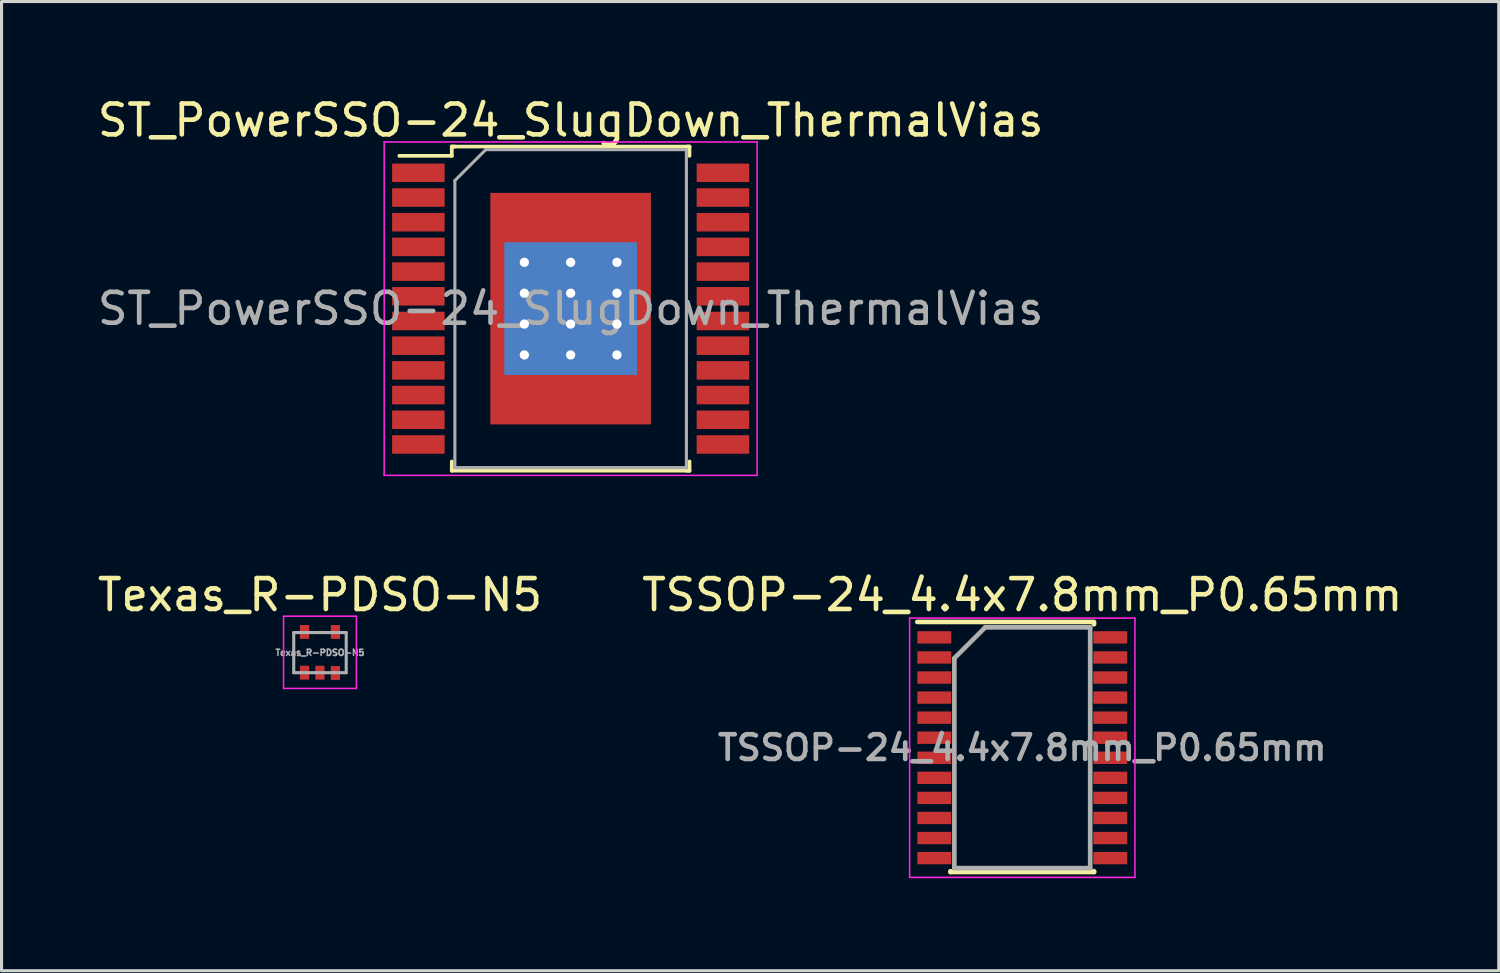
<source format=kicad_pcb>
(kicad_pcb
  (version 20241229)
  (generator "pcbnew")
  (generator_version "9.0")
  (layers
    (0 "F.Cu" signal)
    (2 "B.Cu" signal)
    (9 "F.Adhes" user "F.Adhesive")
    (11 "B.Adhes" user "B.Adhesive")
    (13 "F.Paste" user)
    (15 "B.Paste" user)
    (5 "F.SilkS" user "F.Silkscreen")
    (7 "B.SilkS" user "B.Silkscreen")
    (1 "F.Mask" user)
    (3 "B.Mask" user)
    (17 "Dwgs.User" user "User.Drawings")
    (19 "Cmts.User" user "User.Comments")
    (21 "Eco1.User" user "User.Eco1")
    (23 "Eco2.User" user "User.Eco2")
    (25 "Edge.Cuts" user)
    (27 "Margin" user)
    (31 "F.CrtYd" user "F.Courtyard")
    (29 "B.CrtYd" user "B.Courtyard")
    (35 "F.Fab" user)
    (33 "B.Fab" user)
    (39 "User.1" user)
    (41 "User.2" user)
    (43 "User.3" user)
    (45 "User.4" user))
  (footprint "TSSOP-24_4.4x7.8mm_P0.65mm"
    (layer "F.Cu")
    (at 30.065 21.172)
    (property "Reference" "TSSOP-24_4.4x7.8mm_P0.65mm" (at 0 -4.95 0) (layer "F.SilkS") (effects (font (size 1 1) (thickness 0.15))))
    (attr smd)
    (fp_line (start -3.4 -4.075) (end 2.325 -4.075) (stroke (width 0.15) (type solid)) (layer "F.SilkS"))
    (fp_line (start -2.325 4.025) (end -2.325 4) (stroke (width 0.15) (type solid)) (layer "F.SilkS"))
    (fp_line (start -2.325 4.025) (end 2.325 4.025) (stroke (width 0.15) (type solid)) (layer "F.SilkS"))
    (fp_line (start 2.325 -4.025) (end 2.325 -4) (stroke (width 0.15) (type solid)) (layer "F.SilkS"))
    (fp_line (start 2.325 4.025) (end 2.325 4) (stroke (width 0.15) (type solid)) (layer "F.SilkS"))
    (fp_line (start -3.65 -4.2) (end -3.65 4.2) (stroke (width 0.05) (type solid)) (layer "F.CrtYd"))
    (fp_line (start -3.65 -4.2) (end 3.65 -4.2) (stroke (width 0.05) (type solid)) (layer "F.CrtYd"))
    (fp_line (start -3.65 4.2) (end 3.65 4.2) (stroke (width 0.05) (type solid)) (layer "F.CrtYd"))
    (fp_line (start 3.65 -4.2) (end 3.65 4.2) (stroke (width 0.05) (type solid)) (layer "F.CrtYd"))
    (fp_line (start -2.2 -2.9) (end -1.2 -3.9) (stroke (width 0.15) (type solid)) (layer "F.Fab"))
    (fp_line (start -2.2 3.9) (end -2.2 -2.9) (stroke (width 0.15) (type solid)) (layer "F.Fab"))
    (fp_line (start -1.2 -3.9) (end 2.2 -3.9) (stroke (width 0.15) (type solid)) (layer "F.Fab"))
    (fp_line (start 2.2 -3.9) (end 2.2 3.9) (stroke (width 0.15) (type solid)) (layer "F.Fab"))
    (fp_line (start 2.2 3.9) (end -2.2 3.9) (stroke (width 0.15) (type solid)) (layer "F.Fab"))
    (fp_text user "${REFERENCE}" (at 0 0 0) (layer "F.Fab") (effects (font (size 0.8 0.8) (thickness 0.15))))
    (pad "1" smd rect (at -2.85 -3.575) (size 1.1 0.4) (layers "F.Cu" "F.Mask" "F.Paste"))
    (pad "2" smd rect (at -2.85 -2.925) (size 1.1 0.4) (layers "F.Cu" "F.Mask" "F.Paste"))
    (pad "3" smd rect (at -2.85 -2.275) (size 1.1 0.4) (layers "F.Cu" "F.Mask" "F.Paste"))
    (pad "4" smd rect (at -2.85 -1.625) (size 1.1 0.4) (layers "F.Cu" "F.Mask" "F.Paste"))
    (pad "5" smd rect (at -2.85 -0.975) (size 1.1 0.4) (layers "F.Cu" "F.Mask" "F.Paste"))
    (pad "6" smd rect (at -2.85 -0.325) (size 1.1 0.4) (layers "F.Cu" "F.Mask" "F.Paste"))
    (pad "7" smd rect (at -2.85 0.325) (size 1.1 0.4) (layers "F.Cu" "F.Mask" "F.Paste"))
    (pad "8" smd rect (at -2.85 0.975) (size 1.1 0.4) (layers "F.Cu" "F.Mask" "F.Paste"))
    (pad "9" smd rect (at -2.85 1.625) (size 1.1 0.4) (layers "F.Cu" "F.Mask" "F.Paste"))
    (pad "10" smd rect (at -2.85 2.275) (size 1.1 0.4) (layers "F.Cu" "F.Mask" "F.Paste"))
    (pad "11" smd rect (at -2.85 2.925) (size 1.1 0.4) (layers "F.Cu" "F.Mask" "F.Paste"))
    (pad "12" smd rect (at -2.85 3.575) (size 1.1 0.4) (layers "F.Cu" "F.Mask" "F.Paste"))
    (pad "13" smd rect (at 2.85 3.575) (size 1.1 0.4) (layers "F.Cu" "F.Mask" "F.Paste"))
    (pad "14" smd rect (at 2.85 2.925) (size 1.1 0.4) (layers "F.Cu" "F.Mask" "F.Paste"))
    (pad "15" smd rect (at 2.85 2.275) (size 1.1 0.4) (layers "F.Cu" "F.Mask" "F.Paste"))
    (pad "16" smd rect (at 2.85 1.625) (size 1.1 0.4) (layers "F.Cu" "F.Mask" "F.Paste"))
    (pad "17" smd rect (at 2.85 0.975) (size 1.1 0.4) (layers "F.Cu" "F.Mask" "F.Paste"))
    (pad "18" smd rect (at 2.85 0.325) (size 1.1 0.4) (layers "F.Cu" "F.Mask" "F.Paste"))
    (pad "19" smd rect (at 2.85 -0.325) (size 1.1 0.4) (layers "F.Cu" "F.Mask" "F.Paste"))
    (pad "20" smd rect (at 2.85 -0.975) (size 1.1 0.4) (layers "F.Cu" "F.Mask" "F.Paste"))
    (pad "21" smd rect (at 2.85 -1.625) (size 1.1 0.4) (layers "F.Cu" "F.Mask" "F.Paste"))
    (pad "22" smd rect (at 2.85 -2.275) (size 1.1 0.4) (layers "F.Cu" "F.Mask" "F.Paste"))
    (pad "23" smd rect (at 2.85 -2.925) (size 1.1 0.4) (layers "F.Cu" "F.Mask" "F.Paste"))
    (pad "24" smd rect (at 2.85 -3.575) (size 1.1 0.4) (layers "F.Cu" "F.Mask" "F.Paste")))
  (footprint "ST_PowerSSO-24_SlugDown_ThermalVias"
    (layer "F.Cu")
    (at 15.435 6.948)
    (property "Reference" "ST_PowerSSO-24_SlugDown_ThermalVias" (at 0 -6.1 0) (layer "F.SilkS") (effects (font (size 1 1) (thickness 0.15))))
    (attr smd)
    (fp_line (start -3.85 -5.25) (end -3.85 -4.95) (stroke (width 0.12) (type solid)) (layer "F.SilkS"))
    (fp_line (start -3.85 -4.95) (end -5.55 -4.95) (stroke (width 0.12) (type solid)) (layer "F.SilkS"))
    (fp_line (start -3.85 5.25) (end -3.85 4.95) (stroke (width 0.12) (type solid)) (layer "F.SilkS"))
    (fp_line (start -3.75 -5.25) (end -3.85 -5.25) (stroke (width 0.12) (type solid)) (layer "F.SilkS"))
    (fp_line (start 3.75 -5.25) (end 3.85 -5.25) (stroke (width 0.12) (type solid)) (layer "F.SilkS"))
    (fp_line (start 3.75 5.25) (end 3.85 5.25) (stroke (width 0.12) (type solid)) (layer "F.SilkS"))
    (fp_line (start 3.85 -5.25) (end -3.85 -5.25) (stroke (width 0.12) (type solid)) (layer "F.SilkS"))
    (fp_line (start 3.85 -5.25) (end 3.85 -4.95) (stroke (width 0.12) (type solid)) (layer "F.SilkS"))
    (fp_line (start 3.85 5.25) (end -3.85 5.25) (stroke (width 0.12) (type solid)) (layer "F.SilkS"))
    (fp_line (start 3.85 5.25) (end 3.85 4.95) (stroke (width 0.12) (type solid)) (layer "F.SilkS"))
    (fp_line (start -6.04 -5.4) (end -6.04 5.4) (stroke (width 0.05) (type solid)) (layer "F.CrtYd"))
    (fp_line (start -6.04 -5.4) (end 6.04 -5.4) (stroke (width 0.05) (type solid)) (layer "F.CrtYd"))
    (fp_line (start 6.04 5.4) (end -6.04 5.4) (stroke (width 0.05) (type solid)) (layer "F.CrtYd"))
    (fp_line (start 6.04 5.4) (end 6.04 -5.4) (stroke (width 0.05) (type solid)) (layer "F.CrtYd"))
    (fp_line (start -3.75 -4.15) (end -3.75 5.15) (stroke (width 0.1) (type solid)) (layer "F.Fab"))
    (fp_line (start -3.75 5.15) (end 3.75 5.15) (stroke (width 0.1) (type solid)) (layer "F.Fab"))
    (fp_line (start -2.75 -5.15) (end -3.75 -4.15) (stroke (width 0.1) (type solid)) (layer "F.Fab"))
    (fp_line (start 3.75 -5.15) (end -2.75 -5.15) (stroke (width 0.1) (type solid)) (layer "F.Fab"))
    (fp_line (start 3.75 5.15) (end 3.75 -5.15) (stroke (width 0.1) (type solid)) (layer "F.Fab"))
    (fp_text user "${REFERENCE}" (at 0 0 0) (layer "F.Fab") (effects (font (size 1 1) (thickness 0.15))))
    (pad "1" smd rect (at -4.933 -4.4) (size 1.7 0.6) (layers "F.Cu" "F.Mask" "F.Paste"))
    (pad "2" smd rect (at -4.933 -3.6) (size 1.7 0.6) (layers "F.Cu" "F.Mask" "F.Paste"))
    (pad "3" smd rect (at -4.933 -2.8) (size 1.7 0.6) (layers "F.Cu" "F.Mask" "F.Paste"))
    (pad "4" smd rect (at -4.933 -2) (size 1.7 0.6) (layers "F.Cu" "F.Mask" "F.Paste"))
    (pad "5" smd rect (at -4.933 -1.2) (size 1.7 0.6) (layers "F.Cu" "F.Mask" "F.Paste"))
    (pad "6" smd rect (at -4.933 -0.4) (size 1.7 0.6) (layers "F.Cu" "F.Mask" "F.Paste"))
    (pad "7" smd rect (at -4.933 0.4) (size 1.7 0.6) (layers "F.Cu" "F.Mask" "F.Paste"))
    (pad "8" smd rect (at -4.933 1.2) (size 1.7 0.6) (layers "F.Cu" "F.Mask" "F.Paste"))
    (pad "9" smd rect (at -4.933 2) (size 1.7 0.6) (layers "F.Cu" "F.Mask" "F.Paste"))
    (pad "10" smd rect (at -4.933 2.8) (size 1.7 0.6) (layers "F.Cu" "F.Mask" "F.Paste"))
    (pad "11" smd rect (at -4.933 3.6) (size 1.7 0.6) (layers "F.Cu" "F.Mask" "F.Paste"))
    (pad "12" smd rect (at -4.933 4.4) (size 1.7 0.6) (layers "F.Cu" "F.Mask" "F.Paste"))
    (pad "13" smd rect (at 4.933 4.4) (size 1.7 0.6) (layers "F.Cu" "F.Mask" "F.Paste"))
    (pad "14" smd rect (at 4.933 3.6) (size 1.7 0.6) (layers "F.Cu" "F.Mask" "F.Paste"))
    (pad "15" smd rect (at 4.933 2.8) (size 1.7 0.6) (layers "F.Cu" "F.Mask" "F.Paste"))
    (pad "16" smd rect (at 4.933 2) (size 1.7 0.6) (layers "F.Cu" "F.Mask" "F.Paste"))
    (pad "17" smd rect (at 4.933 1.2) (size 1.7 0.6) (layers "F.Cu" "F.Mask" "F.Paste"))
    (pad "18" smd rect (at 4.933 0.4) (size 1.7 0.6) (layers "F.Cu" "F.Mask" "F.Paste"))
    (pad "19" smd rect (at 4.933 -0.4) (size 1.7 0.6) (layers "F.Cu" "F.Mask" "F.Paste"))
    (pad "20" smd rect (at 4.933 -1.2) (size 1.7 0.6) (layers "F.Cu" "F.Mask" "F.Paste"))
    (pad "21" smd rect (at 4.933 -2) (size 1.7 0.6) (layers "F.Cu" "F.Mask" "F.Paste"))
    (pad "22" smd rect (at 4.933 -2.8) (size 1.7 0.6) (layers "F.Cu" "F.Mask" "F.Paste"))
    (pad "23" smd rect (at 4.933 -3.6) (size 1.7 0.6) (layers "F.Cu" "F.Mask" "F.Paste"))
    (pad "24" smd rect (at 4.933 -4.4) (size 1.7 0.6) (layers "F.Cu" "F.Mask" "F.Paste"))
    (pad "25" thru_hole circle (at -1.5 -1.5) (size 0.7 0.7) (drill 0.3) (layers "*.Cu" "*.Mask"))
    (pad "25" thru_hole circle (at -1.5 -0.5) (size 0.7 0.7) (drill 0.3) (layers "*.Cu" "*.Mask"))
    (pad "25" thru_hole circle (at -1.5 0.5) (size 0.7 0.7) (drill 0.3) (layers "*.Cu" "*.Mask"))
    (pad "25" thru_hole circle (at -1.5 1.5) (size 0.7 0.7) (drill 0.3) (layers "*.Cu" "*.Mask"))
    (pad "25" thru_hole circle (at 0 -1.5) (size 0.7 0.7) (drill 0.3) (layers "*.Cu" "*.Mask"))
    (pad "25" thru_hole circle (at 0 -0.5) (size 0.7 0.7) (drill 0.3) (layers "*.Cu" "*.Mask"))
    (pad "25" smd rect (at 0 0) (size 4.3 4.3) (layers "B.Cu" "B.Mask"))
    (pad "25" smd rect (at 0 0) (size 5.2 7.5) (layers "F.Cu" "F.Mask" "F.Paste"))
    (pad "25" thru_hole circle (at 0 0.5) (size 0.7 0.7) (drill 0.3) (layers "*.Cu" "*.Mask"))
    (pad "25" thru_hole circle (at 0 1.5) (size 0.7 0.7) (drill 0.3) (layers "*.Cu" "*.Mask"))
    (pad "25" thru_hole circle (at 1.5 -1.5) (size 0.7 0.7) (drill 0.3) (layers "*.Cu" "*.Mask"))
    (pad "25" thru_hole circle (at 1.5 -0.5) (size 0.7 0.7) (drill 0.3) (layers "*.Cu" "*.Mask"))
    (pad "25" thru_hole circle (at 1.5 0.5) (size 0.7 0.7) (drill 0.3) (layers "*.Cu" "*.Mask"))
    (pad "25" thru_hole circle (at 1.5 1.5) (size 0.7 0.7) (drill 0.3) (layers "*.Cu" "*.Mask")))
  (footprint "Texas_R-PDSO-N5"
    (layer "F.Cu")
    (at 7.315 18.041)
    (property "Reference" "Texas_R-PDSO-N5" (at 0 -1.82 0) (layer "F.SilkS") (effects (font (size 1 1) (thickness 0.15))))
    (attr smd)
    (fp_line (start -1.18 -1.13) (end 1.17 -1.13) (stroke (width 0.05) (type solid)) (layer "F.CrtYd"))
    (fp_line (start -1.18 1.21) (end -1.18 -1.13) (stroke (width 0.05) (type solid)) (layer "F.CrtYd"))
    (fp_line (start -1.18 1.21) (end 1.17 1.21) (stroke (width 0.05) (type solid)) (layer "F.CrtYd"))
    (fp_line (start 1.18 1.21) (end 1.18 -1.13) (stroke (width 0.05) (type solid)) (layer "F.CrtYd"))
    (fp_line (start -0.85 -0.6) (end -0.85 0.7) (stroke (width 0.1) (type solid)) (layer "F.Fab"))
    (fp_line (start -0.85 0.7) (end 0.85 0.7) (stroke (width 0.1) (type solid)) (layer "F.Fab"))
    (fp_line (start 0.85 -0.6) (end -0.85 -0.6) (stroke (width 0.1) (type solid)) (layer "F.Fab"))
    (fp_line (start 0.85 0.7) (end 0.85 -0.6) (stroke (width 0.1) (type solid)) (layer "F.Fab"))
    (fp_text user "${REFERENCE}" (at 0 0.05 0) (layer "F.Fab") (effects (font (size 0.2 0.2) (thickness 0.05))))
    (pad "1" smd rect (at -0.5 0.7) (size 0.3 0.45) (layers "F.Cu" "F.Mask" "F.Paste"))
    (pad "2" smd rect (at 0 0.7) (size 0.3 0.45) (layers "F.Cu" "F.Mask" "F.Paste"))
    (pad "3" smd rect (at 0.5 0.71) (size 0.3 0.45) (layers "F.Cu" "F.Mask" "F.Paste"))
    (pad "4" smd rect (at 0.5 -0.62) (size 0.3 0.45) (layers "F.Cu" "F.Mask" "F.Paste"))
    (pad "5" smd rect (at -0.5 -0.62) (size 0.3 0.45) (layers "F.Cu" "F.Mask" "F.Paste")))
  (gr_rect
    (start -3 -3)
    (end 45.5 28.396)
    (stroke (width 0.1) (type default))
    (fill no)
    (layer "Edge.Cuts")))
</source>
